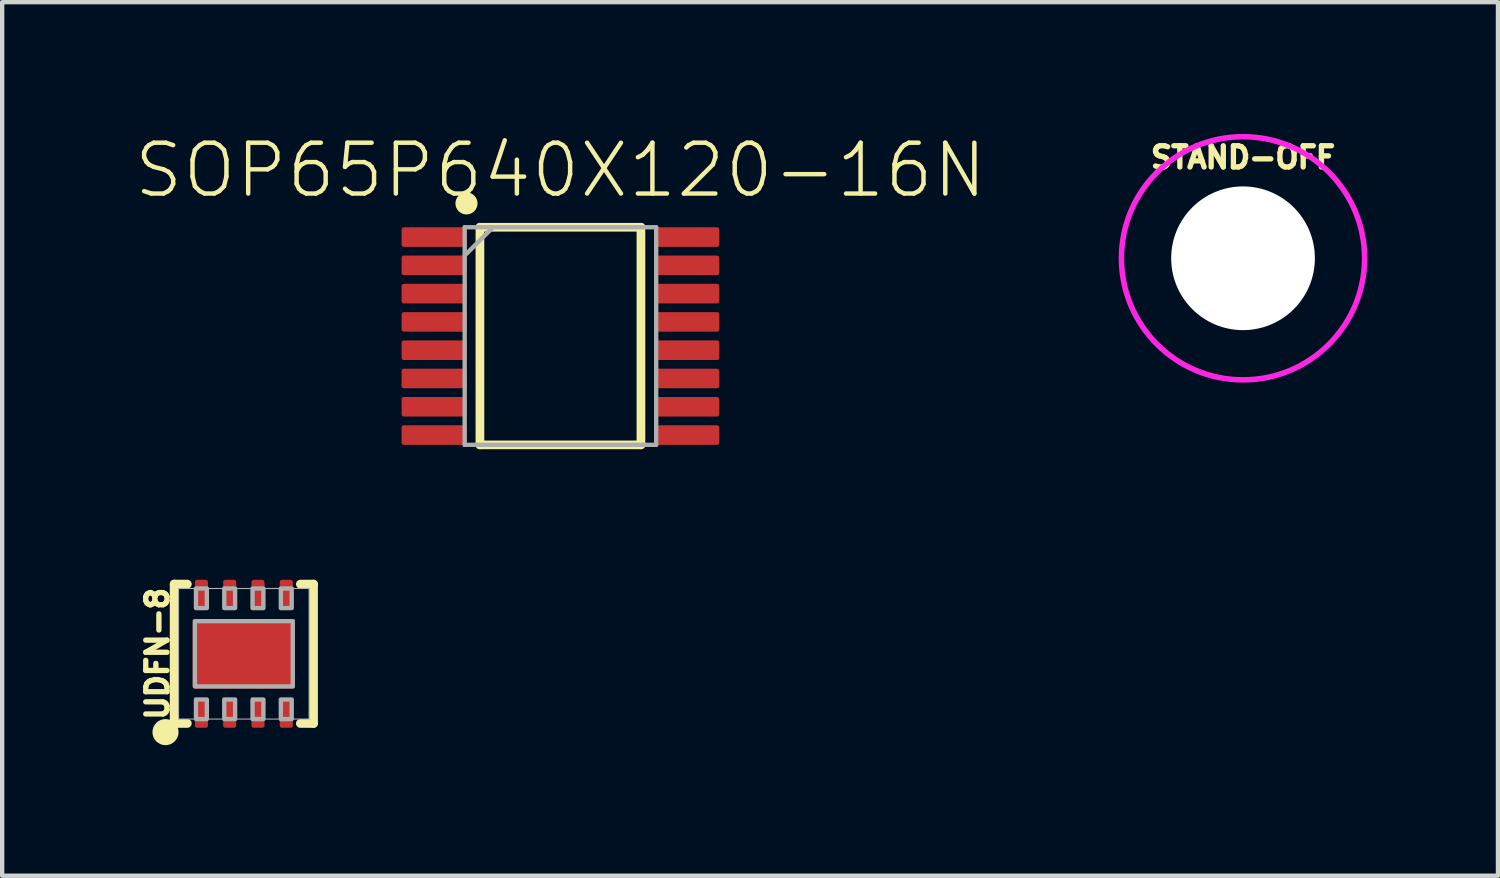
<source format=kicad_pcb>
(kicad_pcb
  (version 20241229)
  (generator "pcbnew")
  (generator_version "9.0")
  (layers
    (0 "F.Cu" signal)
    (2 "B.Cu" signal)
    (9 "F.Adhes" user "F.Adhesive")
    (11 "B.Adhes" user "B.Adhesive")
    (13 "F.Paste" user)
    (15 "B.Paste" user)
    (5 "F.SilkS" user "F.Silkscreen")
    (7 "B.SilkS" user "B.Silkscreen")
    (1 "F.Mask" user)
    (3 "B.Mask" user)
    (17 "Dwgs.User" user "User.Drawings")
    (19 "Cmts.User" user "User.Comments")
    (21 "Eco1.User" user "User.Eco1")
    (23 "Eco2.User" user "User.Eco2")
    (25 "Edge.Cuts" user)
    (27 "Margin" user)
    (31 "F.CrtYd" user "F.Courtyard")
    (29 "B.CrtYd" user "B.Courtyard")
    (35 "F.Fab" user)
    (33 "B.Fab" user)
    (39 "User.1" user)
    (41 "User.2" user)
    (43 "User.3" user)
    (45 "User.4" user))
  (footprint "STAND-OFF"
    (layer "F.Cu")
    (at 25.513 2.885)
    (property "Reference" "STAND-OFF" (at 0 -2.032 0) (unlocked yes) (layer "F.SilkS") (effects (font (size 0.488 0.488) (thickness 0.122)) (justify bottom)))
    (fp_circle (center 0 0) (end 2.794 0) (stroke (width 0.127) (type solid)) (fill no) (layer "F.CrtYd"))
    (pad "" np_thru_hole circle (at 0 0) (size 3.302 3.302) (drill 3.302) (layers "*.Cu" "*.Mask")))
  (footprint "UDFN-8"
    (layer "F.Cu")
    (at 2.553 11.973)
    (property "Reference" "UDFN-8" (at -1.7 0 90) (unlocked yes) (layer "F.SilkS") (effects (font (size 0.488 0.488) (thickness 0.122)) (justify bottom)))
    (fp_line (start -1.6 -1.6) (end -1.3 -1.6) (stroke (width 0.203) (type solid)) (layer "F.SilkS"))
    (fp_line (start -1.6 1.6) (end -1.6 -1.6) (stroke (width 0.203) (type solid)) (layer "F.SilkS"))
    (fp_line (start -1.6 1.6) (end -1.3 1.6) (stroke (width 0.203) (type solid)) (layer "F.SilkS"))
    (fp_line (start 1.6 -1.6) (end 1.3 -1.6) (stroke (width 0.203) (type solid)) (layer "F.SilkS"))
    (fp_line (start 1.6 -1.6) (end 1.6 1.6) (stroke (width 0.203) (type solid)) (layer "F.SilkS"))
    (fp_line (start 1.6 1.6) (end 1.3 1.6) (stroke (width 0.203) (type solid)) (layer "F.SilkS"))
    (fp_circle (center -1.8 1.8) (end -1.65 1.8) (stroke (width 0.3) (type solid)) (fill yes) (layer "F.SilkS"))
    (fp_poly (pts (xy -0.688 0.4) (xy 0.688 0.4) (xy 0.688 -0.4) (xy -0.688 -0.4)) (stroke (width 0) (type default)) (fill yes) (layer "F.Paste"))
    (fp_line (start -1.5 -1.5) (end 1.5 -1.5) (stroke (width 0.025) (type solid)) (layer "F.Fab"))
    (fp_line (start -1.5 1.5) (end -1.5 -1.5) (stroke (width 0.025) (type solid)) (layer "F.Fab"))
    (fp_line (start 1.5 -1.5) (end 1.5 1.5) (stroke (width 0.025) (type solid)) (layer "F.Fab"))
    (fp_line (start 1.5 1.5) (end -1.5 1.5) (stroke (width 0.025) (type solid)) (layer "F.Fab"))
    (fp_poly (pts (xy -1.125 0.75) (xy 1.125 0.75) (xy 1.125 -0.75) (xy -1.125 -0.75)) (stroke (width 0.1) (type default)) (fill no) (layer "F.Fab"))
    (fp_poly (pts (xy -1.1 1.5) (xy -0.85 1.5) (xy -0.85 1.05) (xy -1.1 1.05)) (stroke (width 0.1) (type default)) (fill no) (layer "F.Fab"))
    (fp_poly (pts (xy -0.85 -1.5) (xy -1.1 -1.5) (xy -1.1 -1.05) (xy -0.85 -1.05)) (stroke (width 0.1) (type default)) (fill no) (layer "F.Fab"))
    (fp_poly (pts (xy -0.45 1.5) (xy -0.2 1.5) (xy -0.2 1.05) (xy -0.45 1.05)) (stroke (width 0.1) (type default)) (fill no) (layer "F.Fab"))
    (fp_poly (pts (xy -0.2 -1.5) (xy -0.45 -1.5) (xy -0.45 -1.05) (xy -0.2 -1.05)) (stroke (width 0.1) (type default)) (fill no) (layer "F.Fab"))
    (fp_poly (pts (xy 0.2 1.5) (xy 0.45 1.5) (xy 0.45 1.05) (xy 0.2 1.05)) (stroke (width 0.1) (type default)) (fill no) (layer "F.Fab"))
    (fp_poly (pts (xy 0.45 -1.5) (xy 0.2 -1.5) (xy 0.2 -1.05) (xy 0.45 -1.05)) (stroke (width 0.1) (type default)) (fill no) (layer "F.Fab"))
    (fp_poly (pts (xy 0.85 1.5) (xy 1.1 1.5) (xy 1.1 1.05) (xy 0.85 1.05)) (stroke (width 0.1) (type default)) (fill no) (layer "F.Fab"))
    (fp_poly (pts (xy 1.1 -1.5) (xy 0.85 -1.5) (xy 0.85 -1.05) (xy 1.1 -1.05)) (stroke (width 0.1) (type default)) (fill no) (layer "F.Fab"))
    (pad "1" smd roundrect (at -0.975 1.375) (size 0.3 0.65) (layers "F.Cu" "F.Mask" "F.Paste") (roundrect_rratio 0.169))
    (pad "2" smd roundrect (at -0.325 1.375) (size 0.3 0.65) (layers "F.Cu" "F.Mask" "F.Paste") (roundrect_rratio 0.169))
    (pad "3" smd roundrect (at 0.325 1.375) (size 0.3 0.65) (layers "F.Cu" "F.Mask" "F.Paste") (roundrect_rratio 0.169))
    (pad "4" smd roundrect (at 0.975 1.375) (size 0.3 0.65) (layers "F.Cu" "F.Mask" "F.Paste") (roundrect_rratio 0.169))
    (pad "5" smd roundrect (at 0.975 -1.375 180) (size 0.3 0.65) (layers "F.Cu" "F.Mask" "F.Paste") (roundrect_rratio 0.169))
    (pad "6" smd roundrect (at 0.325 -1.375 180) (size 0.3 0.65) (layers "F.Cu" "F.Mask" "F.Paste") (roundrect_rratio 0.169))
    (pad "7" smd roundrect (at -0.325 -1.375 180) (size 0.3 0.65) (layers "F.Cu" "F.Mask" "F.Paste") (roundrect_rratio 0.169))
    (pad "8" smd roundrect (at -0.975 -1.375 180) (size 0.3 0.65) (layers "F.Cu" "F.Mask" "F.Paste") (roundrect_rratio 0.169))
    (pad "EP" smd roundrect (at 0 0) (size 2.35 1.6) (layers "F.Cu" "F.Mask") (roundrect_rratio 0.032)))
  (footprint "SOP65P640X120-16N"
    (layer "F.Cu")
    (at 9.828 4.672)
    (property "Reference" "SOP65P640X120-16N" (at 0 -3.81 0) (unlocked yes) (layer "F.SilkS") (effects (font (size 1.168 1.168) (thickness 0.102))))
    (fp_line (start -1.85 -2.5) (end 1.85 -2.5) (stroke (width 0.2) (type solid)) (layer "F.SilkS"))
    (fp_line (start -1.85 2.5) (end -1.85 -2.5) (stroke (width 0.2) (type solid)) (layer "F.SilkS"))
    (fp_line (start 1.85 -2.5) (end 1.85 2.5) (stroke (width 0.2) (type solid)) (layer "F.SilkS"))
    (fp_line (start 1.85 2.5) (end -1.85 2.5) (stroke (width 0.2) (type solid)) (layer "F.SilkS"))
    (fp_circle (center -2.159 -3.048) (end -2.032 -3.048) (stroke (width 0.254) (type solid)) (fill no) (layer "F.SilkS"))
    (fp_poly (pts (xy -3.575 -2.075) (xy -2.275 -2.075) (xy -2.275 -2.475) (xy -3.575 -2.475)) (stroke (width 0) (type default)) (fill yes) (layer "F.Paste"))
    (fp_poly (pts (xy -3.575 -1.425) (xy -2.275 -1.425) (xy -2.275 -1.825) (xy -3.575 -1.825)) (stroke (width 0) (type default)) (fill yes) (layer "F.Paste"))
    (fp_poly (pts (xy -3.575 -0.775) (xy -2.275 -0.775) (xy -2.275 -1.175) (xy -3.575 -1.175)) (stroke (width 0) (type default)) (fill yes) (layer "F.Paste"))
    (fp_poly (pts (xy -3.55 -0.125) (xy -2.275 -0.125) (xy -2.275 -0.525) (xy -3.55 -0.525)) (stroke (width 0) (type default)) (fill yes) (layer "F.Paste"))
    (fp_poly (pts (xy -3.55 0.525) (xy -2.275 0.525) (xy -2.275 0.125) (xy -3.55 0.125)) (stroke (width 0) (type default)) (fill yes) (layer "F.Paste"))
    (fp_poly (pts (xy -3.55 1.175) (xy -2.275 1.175) (xy -2.275 0.775) (xy -3.55 0.775)) (stroke (width 0) (type default)) (fill yes) (layer "F.Paste"))
    (fp_poly (pts (xy -3.55 1.825) (xy -2.275 1.825) (xy -2.275 1.425) (xy -3.55 1.425)) (stroke (width 0) (type default)) (fill yes) (layer "F.Paste"))
    (fp_poly (pts (xy -3.55 2.475) (xy -2.275 2.475) (xy -2.275 2.075) (xy -3.55 2.075)) (stroke (width 0) (type default)) (fill yes) (layer "F.Paste"))
    (fp_poly (pts (xy 2.275 -2.075) (xy 3.575 -2.075) (xy 3.575 -2.475) (xy 2.275 -2.475)) (stroke (width 0) (type default)) (fill yes) (layer "F.Paste"))
    (fp_poly (pts (xy 2.275 -1.425) (xy 3.575 -1.425) (xy 3.575 -1.825) (xy 2.275 -1.825)) (stroke (width 0) (type default)) (fill yes) (layer "F.Paste"))
    (fp_poly (pts (xy 2.275 -0.775) (xy 3.575 -0.775) (xy 3.575 -1.175) (xy 2.275 -1.175)) (stroke (width 0) (type default)) (fill yes) (layer "F.Paste"))
    (fp_poly (pts (xy 2.275 -0.125) (xy 3.575 -0.125) (xy 3.575 -0.525) (xy 2.275 -0.525)) (stroke (width 0) (type default)) (fill yes) (layer "F.Paste"))
    (fp_poly (pts (xy 2.275 0.525) (xy 3.575 0.525) (xy 3.575 0.125) (xy 2.275 0.125)) (stroke (width 0) (type default)) (fill yes) (layer "F.Paste"))
    (fp_poly (pts (xy 2.275 1.175) (xy 3.575 1.175) (xy 3.575 0.775) (xy 2.275 0.775)) (stroke (width 0) (type default)) (fill yes) (layer "F.Paste"))
    (fp_poly (pts (xy 2.275 1.825) (xy 3.575 1.825) (xy 3.575 1.425) (xy 2.275 1.425)) (stroke (width 0) (type default)) (fill yes) (layer "F.Paste"))
    (fp_poly (pts (xy 2.275 2.475) (xy 3.575 2.475) (xy 3.575 2.075) (xy 2.275 2.075)) (stroke (width 0) (type default)) (fill yes) (layer "F.Paste"))
    (fp_line (start -2.2 -2.5) (end 2.2 -2.5) (stroke (width 0.1) (type solid)) (layer "F.Fab"))
    (fp_line (start -2.2 -1.85) (end -1.55 -2.5) (stroke (width 0.1) (type solid)) (layer "F.Fab"))
    (fp_line (start -2.2 2.5) (end -2.2 -2.5) (stroke (width 0.1) (type solid)) (layer "F.Fab"))
    (fp_line (start 2.2 -2.5) (end 2.2 2.5) (stroke (width 0.1) (type solid)) (layer "F.Fab"))
    (fp_line (start 2.2 2.5) (end -2.2 2.5) (stroke (width 0.1) (type solid)) (layer "F.Fab"))
    (pad "1" smd roundrect (at -2.9 -2.275) (size 1.5 0.45) (layers "F.Cu" "F.Mask") (roundrect_rratio 0.113))
    (pad "2" smd roundrect (at -2.9 -1.625) (size 1.5 0.45) (layers "F.Cu" "F.Mask") (roundrect_rratio 0.113))
    (pad "3" smd roundrect (at -2.9 -0.975) (size 1.5 0.45) (layers "F.Cu" "F.Mask") (roundrect_rratio 0.113))
    (pad "4" smd roundrect (at -2.9 -0.325) (size 1.5 0.45) (layers "F.Cu" "F.Mask") (roundrect_rratio 0.113))
    (pad "5" smd roundrect (at -2.9 0.325) (size 1.5 0.45) (layers "F.Cu" "F.Mask") (roundrect_rratio 0.113))
    (pad "6" smd roundrect (at -2.9 0.975) (size 1.5 0.45) (layers "F.Cu" "F.Mask") (roundrect_rratio 0.113))
    (pad "7" smd roundrect (at -2.9 1.625) (size 1.5 0.45) (layers "F.Cu" "F.Mask") (roundrect_rratio 0.113))
    (pad "8" smd roundrect (at -2.9 2.275) (size 1.5 0.45) (layers "F.Cu" "F.Mask") (roundrect_rratio 0.113))
    (pad "9" smd roundrect (at 2.9 2.275) (size 1.5 0.45) (layers "F.Cu" "F.Mask") (roundrect_rratio 0.113))
    (pad "10" smd roundrect (at 2.9 1.625) (size 1.5 0.45) (layers "F.Cu" "F.Mask") (roundrect_rratio 0.113))
    (pad "11" smd roundrect (at 2.9 0.975) (size 1.5 0.45) (layers "F.Cu" "F.Mask") (roundrect_rratio 0.113))
    (pad "12" smd roundrect (at 2.9 0.325) (size 1.5 0.45) (layers "F.Cu" "F.Mask") (roundrect_rratio 0.113))
    (pad "13" smd roundrect (at 2.9 -0.325) (size 1.5 0.45) (layers "F.Cu" "F.Mask") (roundrect_rratio 0.113))
    (pad "14" smd roundrect (at 2.9 -0.975) (size 1.5 0.45) (layers "F.Cu" "F.Mask") (roundrect_rratio 0.113))
    (pad "15" smd roundrect (at 2.9 -1.625) (size 1.5 0.45) (layers "F.Cu" "F.Mask") (roundrect_rratio 0.113))
    (pad "16" smd roundrect (at 2.9 -2.275) (size 1.5 0.45) (layers "F.Cu" "F.Mask") (roundrect_rratio 0.113)))
  (gr_rect
    (start -3 -3)
    (end 31.371 17.073)
    (stroke (width 0.1) (type default))
    (fill no)
    (layer "Edge.Cuts")))
</source>
